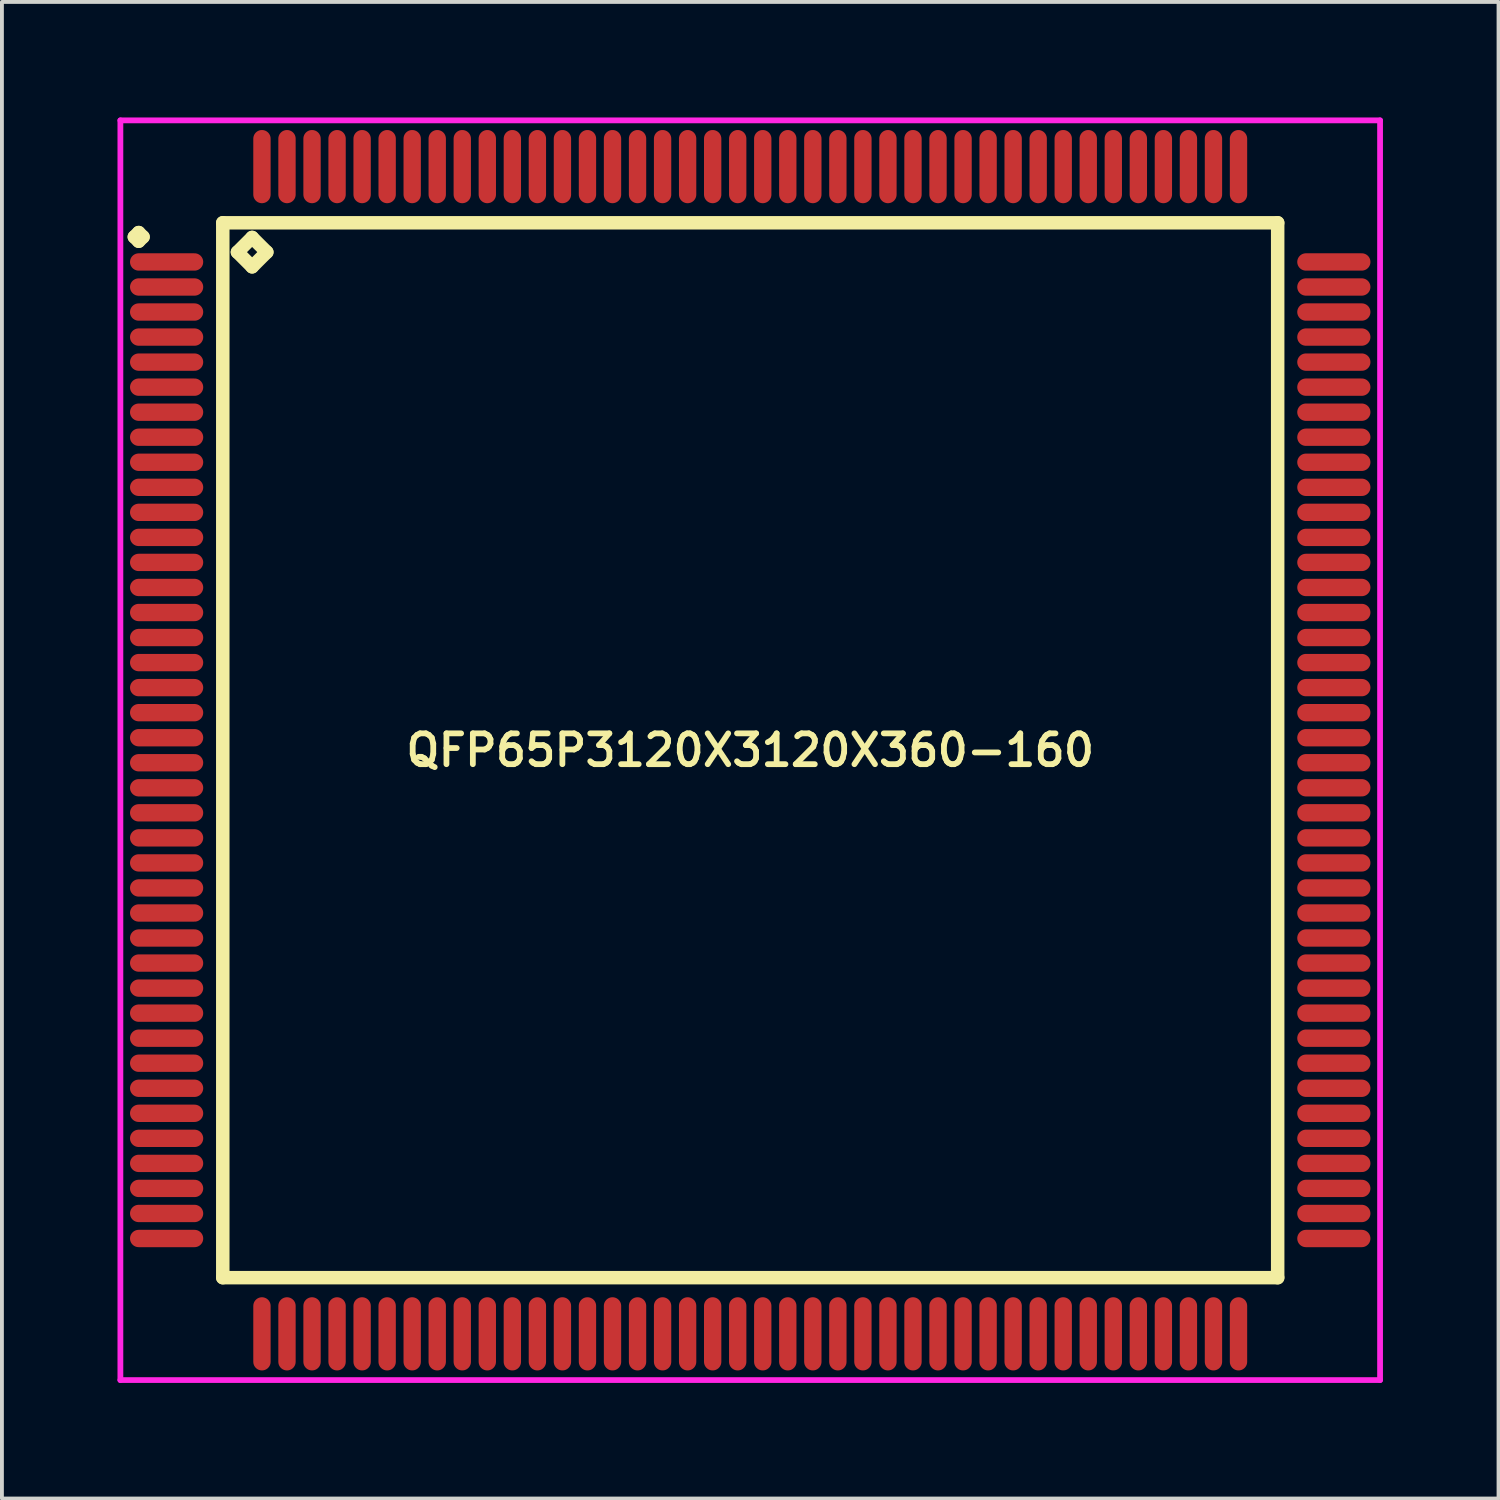
<source format=kicad_pcb>
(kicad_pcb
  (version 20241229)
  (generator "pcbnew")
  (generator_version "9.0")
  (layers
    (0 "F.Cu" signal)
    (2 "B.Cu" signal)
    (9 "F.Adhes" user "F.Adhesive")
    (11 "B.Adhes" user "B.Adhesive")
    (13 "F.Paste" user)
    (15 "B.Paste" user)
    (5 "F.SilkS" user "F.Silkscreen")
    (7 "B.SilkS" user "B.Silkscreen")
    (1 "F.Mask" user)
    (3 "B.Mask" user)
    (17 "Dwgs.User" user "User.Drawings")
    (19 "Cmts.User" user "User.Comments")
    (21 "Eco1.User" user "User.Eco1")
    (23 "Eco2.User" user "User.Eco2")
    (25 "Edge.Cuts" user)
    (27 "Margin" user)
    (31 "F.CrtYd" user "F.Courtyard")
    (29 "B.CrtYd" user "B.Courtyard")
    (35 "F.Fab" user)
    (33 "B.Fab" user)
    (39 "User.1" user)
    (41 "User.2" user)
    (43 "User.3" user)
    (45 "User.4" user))
  (footprint "QFP65P3120X3120X360-160"
    (layer "F.Cu")
    (at 16.425 16.425)
    (property "Reference" "QFP65P3120X3120X360-160" (at 0 0 0) (layer "F.SilkS") (effects (font (size 0.8 0.8) (thickness 0.15))))
    (attr through_hole)
    (fp_line (start -15.988 -13.325) (end -15.875 -13.438) (stroke (width 0.35) (type solid)) (layer "F.SilkS"))
    (fp_line (start -15.875 -13.438) (end -15.762 -13.325) (stroke (width 0.35) (type solid)) (layer "F.SilkS"))
    (fp_line (start -15.875 -13.213) (end -15.988 -13.325) (stroke (width 0.35) (type solid)) (layer "F.SilkS"))
    (fp_line (start -15.762 -13.325) (end -15.875 -13.213) (stroke (width 0.35) (type solid)) (layer "F.SilkS"))
    (fp_line (start -13.692 -13.692) (end -13.692 13.692) (stroke (width 0.35) (type solid)) (layer "F.SilkS"))
    (fp_line (start -13.692 13.692) (end 13.692 13.692) (stroke (width 0.35) (type solid)) (layer "F.SilkS"))
    (fp_line (start -13.311 -12.93) (end -12.93 -13.311) (stroke (width 0.35) (type solid)) (layer "F.SilkS"))
    (fp_line (start -12.93 -13.311) (end -12.549 -12.93) (stroke (width 0.35) (type solid)) (layer "F.SilkS"))
    (fp_line (start -12.93 -12.549) (end -13.311 -12.93) (stroke (width 0.35) (type solid)) (layer "F.SilkS"))
    (fp_line (start -12.549 -12.93) (end -12.93 -12.549) (stroke (width 0.35) (type solid)) (layer "F.SilkS"))
    (fp_line (start 13.692 -13.692) (end -13.692 -13.692) (stroke (width 0.35) (type solid)) (layer "F.SilkS"))
    (fp_line (start 13.692 13.692) (end 13.692 -13.692) (stroke (width 0.35) (type solid)) (layer "F.SilkS"))
    (fp_line (start -16.35 -16.35) (end 16.35 -16.35) (stroke (width 0.15) (type solid)) (layer "F.CrtYd"))
    (fp_line (start -16.35 16.35) (end -16.35 -16.35) (stroke (width 0.15) (type solid)) (layer "F.CrtYd"))
    (fp_line (start 16.35 -16.35) (end 16.35 16.35) (stroke (width 0.15) (type solid)) (layer "F.CrtYd"))
    (fp_line (start 16.35 16.35) (end -16.35 16.35) (stroke (width 0.15) (type solid)) (layer "F.CrtYd"))
    (pad "1" smd oval (at -15.15 -12.675) (size 1.9 0.45) (layers "F.Cu" "F.Mask" "F.Paste"))
    (pad "2" smd oval (at -15.15 -12.025) (size 1.9 0.45) (layers "F.Cu" "F.Mask" "F.Paste"))
    (pad "3" smd oval (at -15.15 -11.375) (size 1.9 0.45) (layers "F.Cu" "F.Mask" "F.Paste"))
    (pad "4" smd oval (at -15.15 -10.725) (size 1.9 0.45) (layers "F.Cu" "F.Mask" "F.Paste"))
    (pad "5" smd oval (at -15.15 -10.075) (size 1.9 0.45) (layers "F.Cu" "F.Mask" "F.Paste"))
    (pad "6" smd oval (at -15.15 -9.425) (size 1.9 0.45) (layers "F.Cu" "F.Mask" "F.Paste"))
    (pad "7" smd oval (at -15.15 -8.775) (size 1.9 0.45) (layers "F.Cu" "F.Mask" "F.Paste"))
    (pad "8" smd oval (at -15.15 -8.125) (size 1.9 0.45) (layers "F.Cu" "F.Mask" "F.Paste"))
    (pad "9" smd oval (at -15.15 -7.475) (size 1.9 0.45) (layers "F.Cu" "F.Mask" "F.Paste"))
    (pad "10" smd oval (at -15.15 -6.825) (size 1.9 0.45) (layers "F.Cu" "F.Mask" "F.Paste"))
    (pad "11" smd oval (at -15.15 -6.175) (size 1.9 0.45) (layers "F.Cu" "F.Mask" "F.Paste"))
    (pad "12" smd oval (at -15.15 -5.525) (size 1.9 0.45) (layers "F.Cu" "F.Mask" "F.Paste"))
    (pad "13" smd oval (at -15.15 -4.875) (size 1.9 0.45) (layers "F.Cu" "F.Mask" "F.Paste"))
    (pad "14" smd oval (at -15.15 -4.225) (size 1.9 0.45) (layers "F.Cu" "F.Mask" "F.Paste"))
    (pad "15" smd oval (at -15.15 -3.575) (size 1.9 0.45) (layers "F.Cu" "F.Mask" "F.Paste"))
    (pad "16" smd oval (at -15.15 -2.925) (size 1.9 0.45) (layers "F.Cu" "F.Mask" "F.Paste"))
    (pad "17" smd oval (at -15.15 -2.275) (size 1.9 0.45) (layers "F.Cu" "F.Mask" "F.Paste"))
    (pad "18" smd oval (at -15.15 -1.625) (size 1.9 0.45) (layers "F.Cu" "F.Mask" "F.Paste"))
    (pad "19" smd oval (at -15.15 -0.975) (size 1.9 0.45) (layers "F.Cu" "F.Mask" "F.Paste"))
    (pad "20" smd oval (at -15.15 -0.325) (size 1.9 0.45) (layers "F.Cu" "F.Mask" "F.Paste"))
    (pad "21" smd oval (at -15.15 0.325) (size 1.9 0.45) (layers "F.Cu" "F.Mask" "F.Paste"))
    (pad "22" smd oval (at -15.15 0.975) (size 1.9 0.45) (layers "F.Cu" "F.Mask" "F.Paste"))
    (pad "23" smd oval (at -15.15 1.625) (size 1.9 0.45) (layers "F.Cu" "F.Mask" "F.Paste"))
    (pad "24" smd oval (at -15.15 2.275) (size 1.9 0.45) (layers "F.Cu" "F.Mask" "F.Paste"))
    (pad "25" smd oval (at -15.15 2.925) (size 1.9 0.45) (layers "F.Cu" "F.Mask" "F.Paste"))
    (pad "26" smd oval (at -15.15 3.575) (size 1.9 0.45) (layers "F.Cu" "F.Mask" "F.Paste"))
    (pad "27" smd oval (at -15.15 4.225) (size 1.9 0.45) (layers "F.Cu" "F.Mask" "F.Paste"))
    (pad "28" smd oval (at -15.15 4.875) (size 1.9 0.45) (layers "F.Cu" "F.Mask" "F.Paste"))
    (pad "29" smd oval (at -15.15 5.525) (size 1.9 0.45) (layers "F.Cu" "F.Mask" "F.Paste"))
    (pad "30" smd oval (at -15.15 6.175) (size 1.9 0.45) (layers "F.Cu" "F.Mask" "F.Paste"))
    (pad "31" smd oval (at -15.15 6.825) (size 1.9 0.45) (layers "F.Cu" "F.Mask" "F.Paste"))
    (pad "32" smd oval (at -15.15 7.475) (size 1.9 0.45) (layers "F.Cu" "F.Mask" "F.Paste"))
    (pad "33" smd oval (at -15.15 8.125) (size 1.9 0.45) (layers "F.Cu" "F.Mask" "F.Paste"))
    (pad "34" smd oval (at -15.15 8.775) (size 1.9 0.45) (layers "F.Cu" "F.Mask" "F.Paste"))
    (pad "35" smd oval (at -15.15 9.425) (size 1.9 0.45) (layers "F.Cu" "F.Mask" "F.Paste"))
    (pad "36" smd oval (at -15.15 10.075) (size 1.9 0.45) (layers "F.Cu" "F.Mask" "F.Paste"))
    (pad "37" smd oval (at -15.15 10.725) (size 1.9 0.45) (layers "F.Cu" "F.Mask" "F.Paste"))
    (pad "38" smd oval (at -15.15 11.375) (size 1.9 0.45) (layers "F.Cu" "F.Mask" "F.Paste"))
    (pad "39" smd oval (at -15.15 12.025) (size 1.9 0.45) (layers "F.Cu" "F.Mask" "F.Paste"))
    (pad "40" smd oval (at -15.15 12.675) (size 1.9 0.45) (layers "F.Cu" "F.Mask" "F.Paste"))
    (pad "41" smd oval (at -12.675 15.15) (size 0.45 1.9) (layers "F.Cu" "F.Mask" "F.Paste"))
    (pad "42" smd oval (at -12.025 15.15) (size 0.45 1.9) (layers "F.Cu" "F.Mask" "F.Paste"))
    (pad "43" smd oval (at -11.375 15.15) (size 0.45 1.9) (layers "F.Cu" "F.Mask" "F.Paste"))
    (pad "44" smd oval (at -10.725 15.15) (size 0.45 1.9) (layers "F.Cu" "F.Mask" "F.Paste"))
    (pad "45" smd oval (at -10.075 15.15) (size 0.45 1.9) (layers "F.Cu" "F.Mask" "F.Paste"))
    (pad "46" smd oval (at -9.425 15.15) (size 0.45 1.9) (layers "F.Cu" "F.Mask" "F.Paste"))
    (pad "47" smd oval (at -8.775 15.15) (size 0.45 1.9) (layers "F.Cu" "F.Mask" "F.Paste"))
    (pad "48" smd oval (at -8.125 15.15) (size 0.45 1.9) (layers "F.Cu" "F.Mask" "F.Paste"))
    (pad "49" smd oval (at -7.475 15.15) (size 0.45 1.9) (layers "F.Cu" "F.Mask" "F.Paste"))
    (pad "50" smd oval (at -6.825 15.15) (size 0.45 1.9) (layers "F.Cu" "F.Mask" "F.Paste"))
    (pad "51" smd oval (at -6.175 15.15) (size 0.45 1.9) (layers "F.Cu" "F.Mask" "F.Paste"))
    (pad "52" smd oval (at -5.525 15.15) (size 0.45 1.9) (layers "F.Cu" "F.Mask" "F.Paste"))
    (pad "53" smd oval (at -4.875 15.15) (size 0.45 1.9) (layers "F.Cu" "F.Mask" "F.Paste"))
    (pad "54" smd oval (at -4.225 15.15) (size 0.45 1.9) (layers "F.Cu" "F.Mask" "F.Paste"))
    (pad "55" smd oval (at -3.575 15.15) (size 0.45 1.9) (layers "F.Cu" "F.Mask" "F.Paste"))
    (pad "56" smd oval (at -2.925 15.15) (size 0.45 1.9) (layers "F.Cu" "F.Mask" "F.Paste"))
    (pad "57" smd oval (at -2.275 15.15) (size 0.45 1.9) (layers "F.Cu" "F.Mask" "F.Paste"))
    (pad "58" smd oval (at -1.625 15.15) (size 0.45 1.9) (layers "F.Cu" "F.Mask" "F.Paste"))
    (pad "59" smd oval (at -0.975 15.15) (size 0.45 1.9) (layers "F.Cu" "F.Mask" "F.Paste"))
    (pad "60" smd oval (at -0.325 15.15) (size 0.45 1.9) (layers "F.Cu" "F.Mask" "F.Paste"))
    (pad "61" smd oval (at 0.325 15.15) (size 0.45 1.9) (layers "F.Cu" "F.Mask" "F.Paste"))
    (pad "62" smd oval (at 0.975 15.15) (size 0.45 1.9) (layers "F.Cu" "F.Mask" "F.Paste"))
    (pad "63" smd oval (at 1.625 15.15) (size 0.45 1.9) (layers "F.Cu" "F.Mask" "F.Paste"))
    (pad "64" smd oval (at 2.275 15.15) (size 0.45 1.9) (layers "F.Cu" "F.Mask" "F.Paste"))
    (pad "65" smd oval (at 2.925 15.15) (size 0.45 1.9) (layers "F.Cu" "F.Mask" "F.Paste"))
    (pad "66" smd oval (at 3.575 15.15) (size 0.45 1.9) (layers "F.Cu" "F.Mask" "F.Paste"))
    (pad "67" smd oval (at 4.225 15.15) (size 0.45 1.9) (layers "F.Cu" "F.Mask" "F.Paste"))
    (pad "68" smd oval (at 4.875 15.15) (size 0.45 1.9) (layers "F.Cu" "F.Mask" "F.Paste"))
    (pad "69" smd oval (at 5.525 15.15) (size 0.45 1.9) (layers "F.Cu" "F.Mask" "F.Paste"))
    (pad "70" smd oval (at 6.175 15.15) (size 0.45 1.9) (layers "F.Cu" "F.Mask" "F.Paste"))
    (pad "71" smd oval (at 6.825 15.15) (size 0.45 1.9) (layers "F.Cu" "F.Mask" "F.Paste"))
    (pad "72" smd oval (at 7.475 15.15) (size 0.45 1.9) (layers "F.Cu" "F.Mask" "F.Paste"))
    (pad "73" smd oval (at 8.125 15.15) (size 0.45 1.9) (layers "F.Cu" "F.Mask" "F.Paste"))
    (pad "74" smd oval (at 8.775 15.15) (size 0.45 1.9) (layers "F.Cu" "F.Mask" "F.Paste"))
    (pad "75" smd oval (at 9.425 15.15) (size 0.45 1.9) (layers "F.Cu" "F.Mask" "F.Paste"))
    (pad "76" smd oval (at 10.075 15.15) (size 0.45 1.9) (layers "F.Cu" "F.Mask" "F.Paste"))
    (pad "77" smd oval (at 10.725 15.15) (size 0.45 1.9) (layers "F.Cu" "F.Mask" "F.Paste"))
    (pad "78" smd oval (at 11.375 15.15) (size 0.45 1.9) (layers "F.Cu" "F.Mask" "F.Paste"))
    (pad "79" smd oval (at 12.025 15.15) (size 0.45 1.9) (layers "F.Cu" "F.Mask" "F.Paste"))
    (pad "80" smd oval (at 12.675 15.15) (size 0.45 1.9) (layers "F.Cu" "F.Mask" "F.Paste"))
    (pad "81" smd oval (at 15.15 12.675) (size 1.9 0.45) (layers "F.Cu" "F.Mask" "F.Paste"))
    (pad "82" smd oval (at 15.15 12.025) (size 1.9 0.45) (layers "F.Cu" "F.Mask" "F.Paste"))
    (pad "83" smd oval (at 15.15 11.375) (size 1.9 0.45) (layers "F.Cu" "F.Mask" "F.Paste"))
    (pad "84" smd oval (at 15.15 10.725) (size 1.9 0.45) (layers "F.Cu" "F.Mask" "F.Paste"))
    (pad "85" smd oval (at 15.15 10.075) (size 1.9 0.45) (layers "F.Cu" "F.Mask" "F.Paste"))
    (pad "86" smd oval (at 15.15 9.425) (size 1.9 0.45) (layers "F.Cu" "F.Mask" "F.Paste"))
    (pad "87" smd oval (at 15.15 8.775) (size 1.9 0.45) (layers "F.Cu" "F.Mask" "F.Paste"))
    (pad "88" smd oval (at 15.15 8.125) (size 1.9 0.45) (layers "F.Cu" "F.Mask" "F.Paste"))
    (pad "89" smd oval (at 15.15 7.475) (size 1.9 0.45) (layers "F.Cu" "F.Mask" "F.Paste"))
    (pad "90" smd oval (at 15.15 6.825) (size 1.9 0.45) (layers "F.Cu" "F.Mask" "F.Paste"))
    (pad "91" smd oval (at 15.15 6.175) (size 1.9 0.45) (layers "F.Cu" "F.Mask" "F.Paste"))
    (pad "92" smd oval (at 15.15 5.525) (size 1.9 0.45) (layers "F.Cu" "F.Mask" "F.Paste"))
    (pad "93" smd oval (at 15.15 4.875) (size 1.9 0.45) (layers "F.Cu" "F.Mask" "F.Paste"))
    (pad "94" smd oval (at 15.15 4.225) (size 1.9 0.45) (layers "F.Cu" "F.Mask" "F.Paste"))
    (pad "95" smd oval (at 15.15 3.575) (size 1.9 0.45) (layers "F.Cu" "F.Mask" "F.Paste"))
    (pad "96" smd oval (at 15.15 2.925) (size 1.9 0.45) (layers "F.Cu" "F.Mask" "F.Paste"))
    (pad "97" smd oval (at 15.15 2.275) (size 1.9 0.45) (layers "F.Cu" "F.Mask" "F.Paste"))
    (pad "98" smd oval (at 15.15 1.625) (size 1.9 0.45) (layers "F.Cu" "F.Mask" "F.Paste"))
    (pad "99" smd oval (at 15.15 0.975) (size 1.9 0.45) (layers "F.Cu" "F.Mask" "F.Paste"))
    (pad "100" smd oval (at 15.15 0.325) (size 1.9 0.45) (layers "F.Cu" "F.Mask" "F.Paste"))
    (pad "101" smd oval (at 15.15 -0.325) (size 1.9 0.45) (layers "F.Cu" "F.Mask" "F.Paste"))
    (pad "102" smd oval (at 15.15 -0.975) (size 1.9 0.45) (layers "F.Cu" "F.Mask" "F.Paste"))
    (pad "103" smd oval (at 15.15 -1.625) (size 1.9 0.45) (layers "F.Cu" "F.Mask" "F.Paste"))
    (pad "104" smd oval (at 15.15 -2.275) (size 1.9 0.45) (layers "F.Cu" "F.Mask" "F.Paste"))
    (pad "105" smd oval (at 15.15 -2.925) (size 1.9 0.45) (layers "F.Cu" "F.Mask" "F.Paste"))
    (pad "106" smd oval (at 15.15 -3.575) (size 1.9 0.45) (layers "F.Cu" "F.Mask" "F.Paste"))
    (pad "107" smd oval (at 15.15 -4.225) (size 1.9 0.45) (layers "F.Cu" "F.Mask" "F.Paste"))
    (pad "108" smd oval (at 15.15 -4.875) (size 1.9 0.45) (layers "F.Cu" "F.Mask" "F.Paste"))
    (pad "109" smd oval (at 15.15 -5.525) (size 1.9 0.45) (layers "F.Cu" "F.Mask" "F.Paste"))
    (pad "110" smd oval (at 15.15 -6.175) (size 1.9 0.45) (layers "F.Cu" "F.Mask" "F.Paste"))
    (pad "111" smd oval (at 15.15 -6.825) (size 1.9 0.45) (layers "F.Cu" "F.Mask" "F.Paste"))
    (pad "112" smd oval (at 15.15 -7.475) (size 1.9 0.45) (layers "F.Cu" "F.Mask" "F.Paste"))
    (pad "113" smd oval (at 15.15 -8.125) (size 1.9 0.45) (layers "F.Cu" "F.Mask" "F.Paste"))
    (pad "114" smd oval (at 15.15 -8.775) (size 1.9 0.45) (layers "F.Cu" "F.Mask" "F.Paste"))
    (pad "115" smd oval (at 15.15 -9.425) (size 1.9 0.45) (layers "F.Cu" "F.Mask" "F.Paste"))
    (pad "116" smd oval (at 15.15 -10.075) (size 1.9 0.45) (layers "F.Cu" "F.Mask" "F.Paste"))
    (pad "117" smd oval (at 15.15 -10.725) (size 1.9 0.45) (layers "F.Cu" "F.Mask" "F.Paste"))
    (pad "118" smd oval (at 15.15 -11.375) (size 1.9 0.45) (layers "F.Cu" "F.Mask" "F.Paste"))
    (pad "119" smd oval (at 15.15 -12.025) (size 1.9 0.45) (layers "F.Cu" "F.Mask" "F.Paste"))
    (pad "120" smd oval (at 15.15 -12.675) (size 1.9 0.45) (layers "F.Cu" "F.Mask" "F.Paste"))
    (pad "121" smd oval (at 12.675 -15.15) (size 0.45 1.9) (layers "F.Cu" "F.Mask" "F.Paste"))
    (pad "122" smd oval (at 12.025 -15.15) (size 0.45 1.9) (layers "F.Cu" "F.Mask" "F.Paste"))
    (pad "123" smd oval (at 11.375 -15.15) (size 0.45 1.9) (layers "F.Cu" "F.Mask" "F.Paste"))
    (pad "124" smd oval (at 10.725 -15.15) (size 0.45 1.9) (layers "F.Cu" "F.Mask" "F.Paste"))
    (pad "125" smd oval (at 10.075 -15.15) (size 0.45 1.9) (layers "F.Cu" "F.Mask" "F.Paste"))
    (pad "126" smd oval (at 9.425 -15.15) (size 0.45 1.9) (layers "F.Cu" "F.Mask" "F.Paste"))
    (pad "127" smd oval (at 8.775 -15.15) (size 0.45 1.9) (layers "F.Cu" "F.Mask" "F.Paste"))
    (pad "128" smd oval (at 8.125 -15.15) (size 0.45 1.9) (layers "F.Cu" "F.Mask" "F.Paste"))
    (pad "129" smd oval (at 7.475 -15.15) (size 0.45 1.9) (layers "F.Cu" "F.Mask" "F.Paste"))
    (pad "130" smd oval (at 6.825 -15.15) (size 0.45 1.9) (layers "F.Cu" "F.Mask" "F.Paste"))
    (pad "131" smd oval (at 6.175 -15.15) (size 0.45 1.9) (layers "F.Cu" "F.Mask" "F.Paste"))
    (pad "132" smd oval (at 5.525 -15.15) (size 0.45 1.9) (layers "F.Cu" "F.Mask" "F.Paste"))
    (pad "133" smd oval (at 4.875 -15.15) (size 0.45 1.9) (layers "F.Cu" "F.Mask" "F.Paste"))
    (pad "134" smd oval (at 4.225 -15.15) (size 0.45 1.9) (layers "F.Cu" "F.Mask" "F.Paste"))
    (pad "135" smd oval (at 3.575 -15.15) (size 0.45 1.9) (layers "F.Cu" "F.Mask" "F.Paste"))
    (pad "136" smd oval (at 2.925 -15.15) (size 0.45 1.9) (layers "F.Cu" "F.Mask" "F.Paste"))
    (pad "137" smd oval (at 2.275 -15.15) (size 0.45 1.9) (layers "F.Cu" "F.Mask" "F.Paste"))
    (pad "138" smd oval (at 1.625 -15.15) (size 0.45 1.9) (layers "F.Cu" "F.Mask" "F.Paste"))
    (pad "139" smd oval (at 0.975 -15.15) (size 0.45 1.9) (layers "F.Cu" "F.Mask" "F.Paste"))
    (pad "140" smd oval (at 0.325 -15.15) (size 0.45 1.9) (layers "F.Cu" "F.Mask" "F.Paste"))
    (pad "141" smd oval (at -0.325 -15.15) (size 0.45 1.9) (layers "F.Cu" "F.Mask" "F.Paste"))
    (pad "142" smd oval (at -0.975 -15.15) (size 0.45 1.9) (layers "F.Cu" "F.Mask" "F.Paste"))
    (pad "143" smd oval (at -1.625 -15.15) (size 0.45 1.9) (layers "F.Cu" "F.Mask" "F.Paste"))
    (pad "144" smd oval (at -2.275 -15.15) (size 0.45 1.9) (layers "F.Cu" "F.Mask" "F.Paste"))
    (pad "145" smd oval (at -2.925 -15.15) (size 0.45 1.9) (layers "F.Cu" "F.Mask" "F.Paste"))
    (pad "146" smd oval (at -3.575 -15.15) (size 0.45 1.9) (layers "F.Cu" "F.Mask" "F.Paste"))
    (pad "147" smd oval (at -4.225 -15.15) (size 0.45 1.9) (layers "F.Cu" "F.Mask" "F.Paste"))
    (pad "148" smd oval (at -4.875 -15.15) (size 0.45 1.9) (layers "F.Cu" "F.Mask" "F.Paste"))
    (pad "149" smd oval (at -5.525 -15.15) (size 0.45 1.9) (layers "F.Cu" "F.Mask" "F.Paste"))
    (pad "150" smd oval (at -6.175 -15.15) (size 0.45 1.9) (layers "F.Cu" "F.Mask" "F.Paste"))
    (pad "151" smd oval (at -6.825 -15.15) (size 0.45 1.9) (layers "F.Cu" "F.Mask" "F.Paste"))
    (pad "152" smd oval (at -7.475 -15.15) (size 0.45 1.9) (layers "F.Cu" "F.Mask" "F.Paste"))
    (pad "153" smd oval (at -8.125 -15.15) (size 0.45 1.9) (layers "F.Cu" "F.Mask" "F.Paste"))
    (pad "154" smd oval (at -8.775 -15.15) (size 0.45 1.9) (layers "F.Cu" "F.Mask" "F.Paste"))
    (pad "155" smd oval (at -9.425 -15.15) (size 0.45 1.9) (layers "F.Cu" "F.Mask" "F.Paste"))
    (pad "156" smd oval (at -10.075 -15.15) (size 0.45 1.9) (layers "F.Cu" "F.Mask" "F.Paste"))
    (pad "157" smd oval (at -10.725 -15.15) (size 0.45 1.9) (layers "F.Cu" "F.Mask" "F.Paste"))
    (pad "158" smd oval (at -11.375 -15.15) (size 0.45 1.9) (layers "F.Cu" "F.Mask" "F.Paste"))
    (pad "159" smd oval (at -12.025 -15.15) (size 0.45 1.9) (layers "F.Cu" "F.Mask" "F.Paste"))
    (pad "160" smd oval (at -12.675 -15.15) (size 0.45 1.9) (layers "F.Cu" "F.Mask" "F.Paste")))
  (gr_rect
    (start -3 -3)
    (end 35.85 35.85)
    (stroke (width 0.1) (type default))
    (fill no)
    (layer "Edge.Cuts")))
</source>
